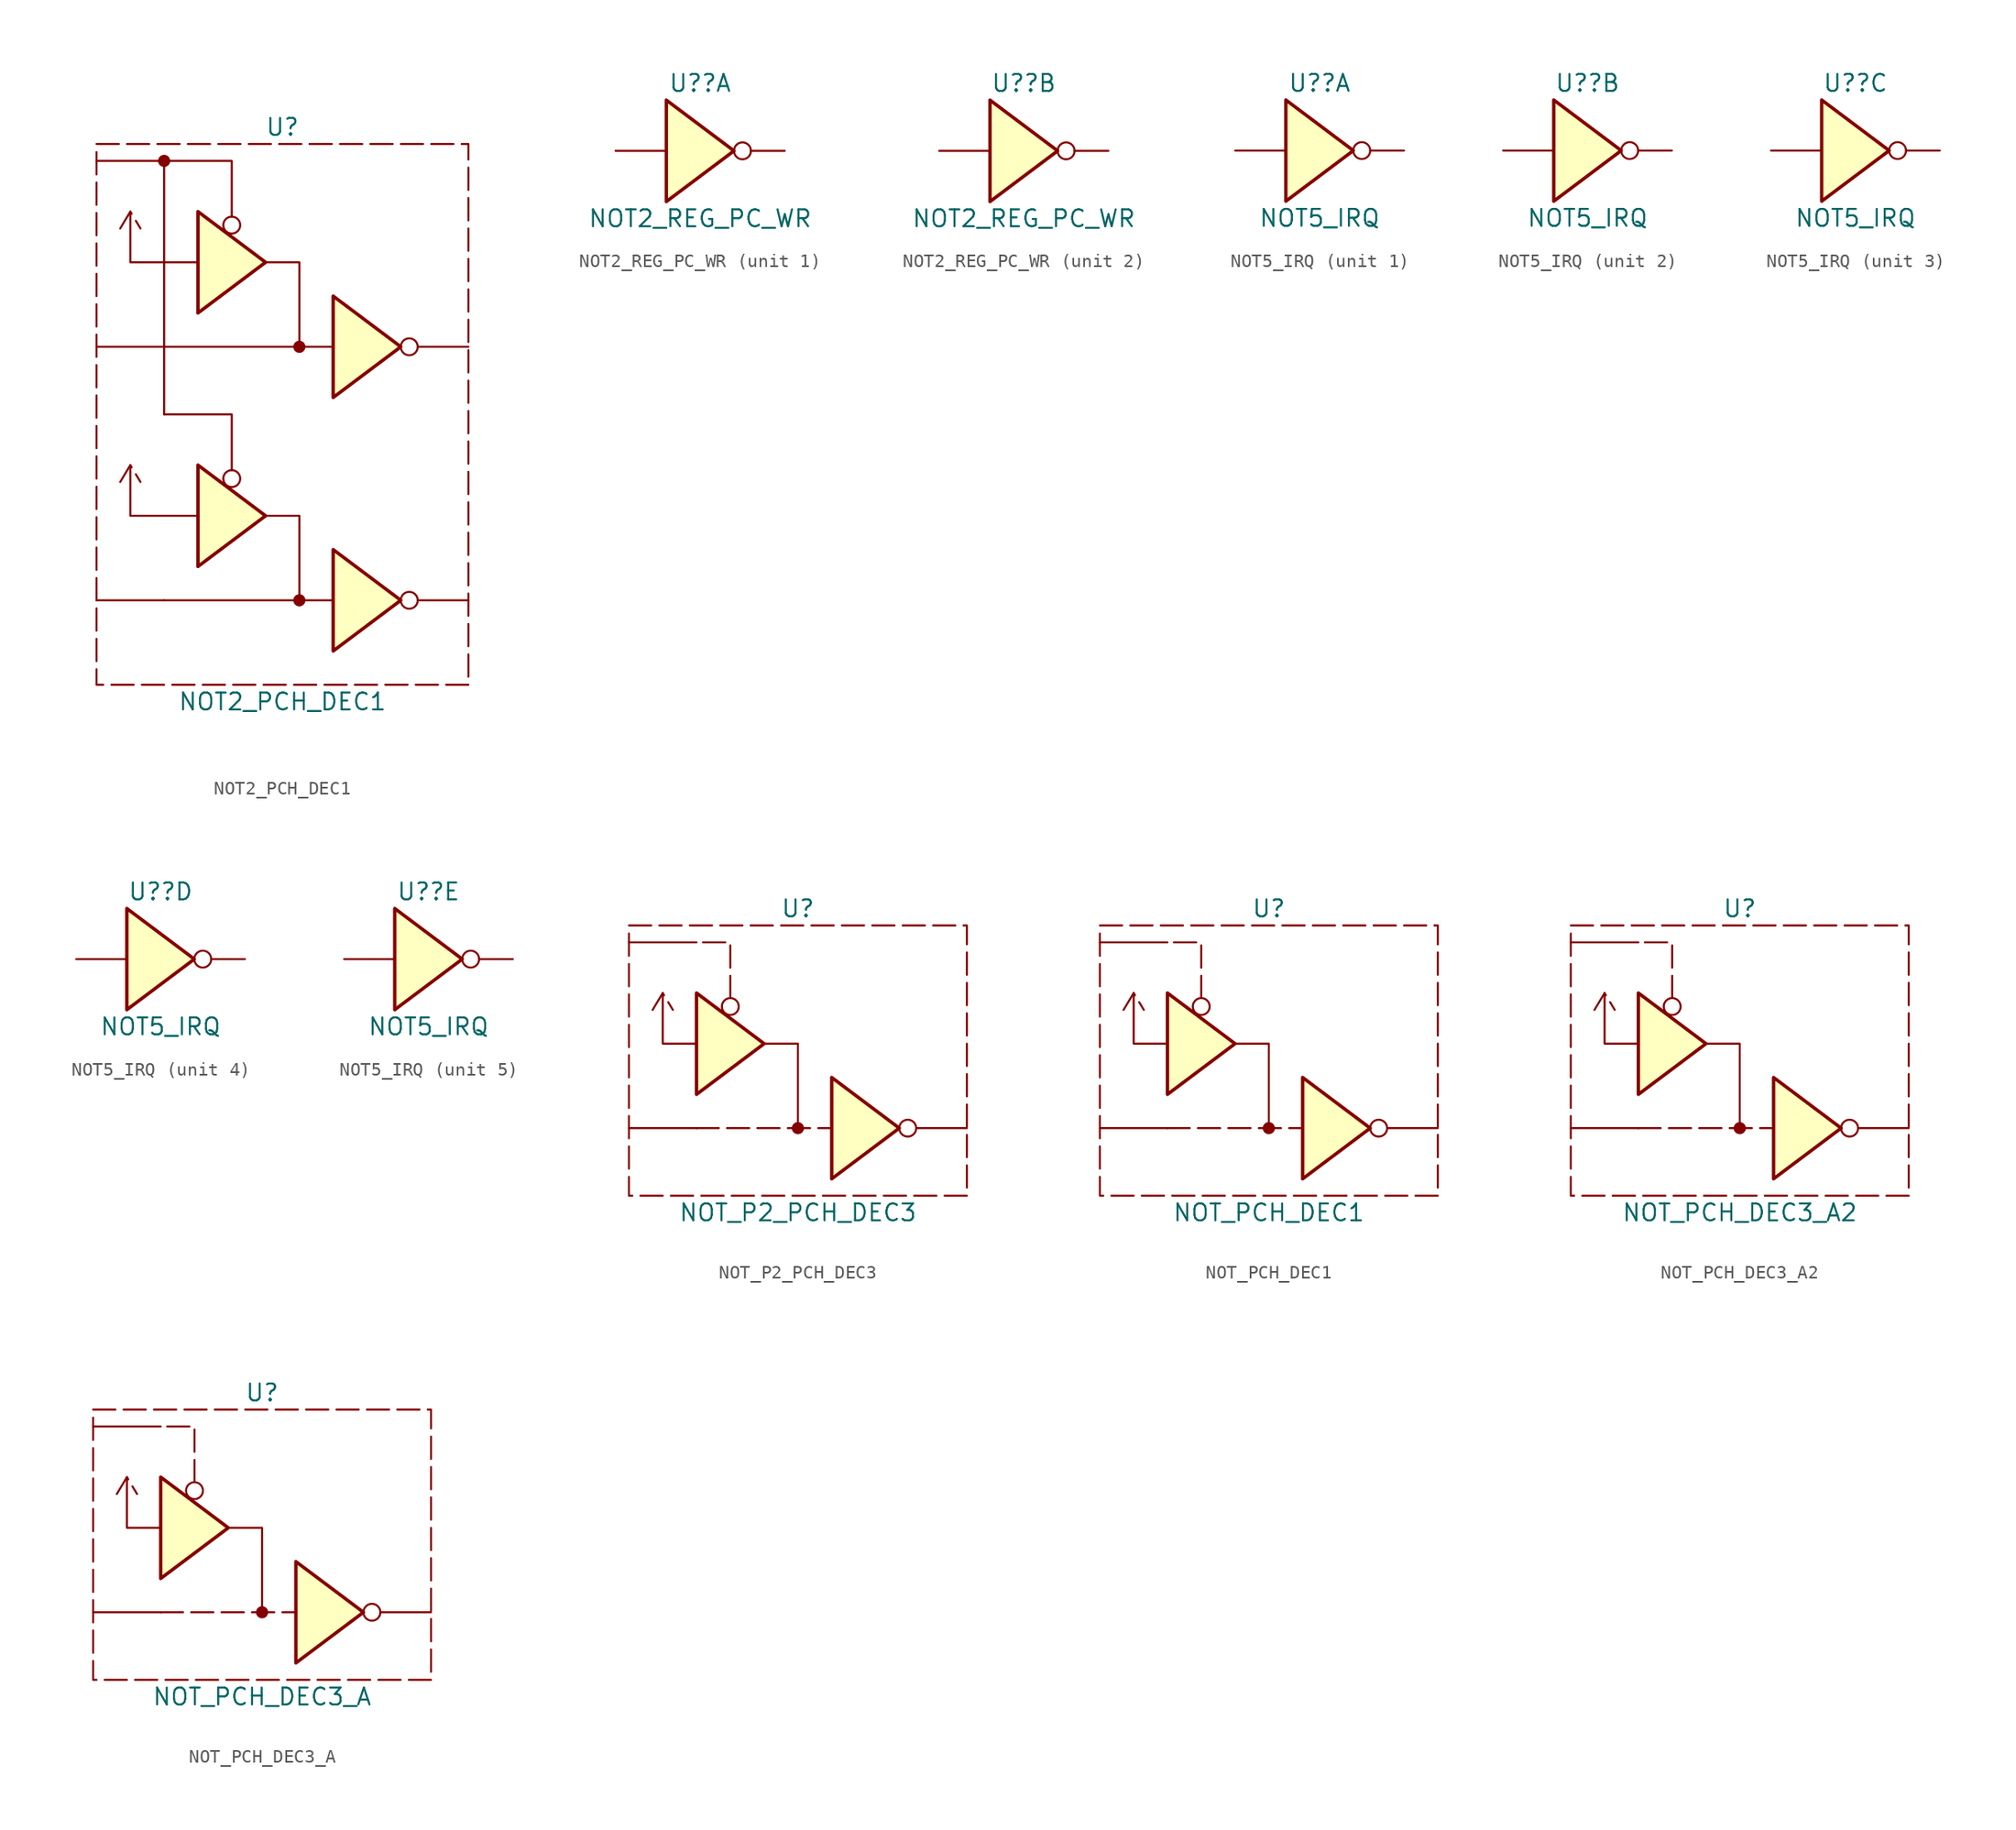
<source format=kicad_sym>
(kicad_symbol_lib
  (version 20231120)
  (generator "kicad_symbol_editor")
  (generator_version "8.0")
  (symbol "NOT2_PCH_DEC1"
    (pin_numbers hide)
    (pin_names hide)
    (property "Reference" "U"
      (at 0 21.59 0)
      (effects (font (size 1.27 1.27))))
    (property "Value" "NOT2_PCH_DEC1"
      (at 0 -21.59 0)
      (effects (font (size 1.27 1.27))))
    (symbol "NOT2_PCH_DEC1_0_1"
      (polyline (pts (xy -8.89 0) (xy -8.89 19.05)) (stroke (width 0) (type default)) (fill (type none)))
      (polyline (pts (xy -6.35 -7.62) (xy -11.43 -7.62) (xy -11.43 -3.81)) (stroke (width 0) (type default)) (fill (type none)))
      (polyline (pts (xy -6.35 11.43) (xy -11.43 11.43) (xy -11.43 15.24)) (stroke (width 0) (type default)) (fill (type none))))
    (symbol "NOT2_PCH_DEC1_1_0"
      (polyline (pts (xy -6.35 -3.81) (xy -6.35 -11.43) (xy -1.27 -7.62) (xy -6.35 -3.81)) (stroke (width 0.254) (type default)) (fill (type background)))
      (polyline (pts (xy -6.35 15.24) (xy -6.35 7.62) (xy -1.27 11.43) (xy -6.35 15.24)) (stroke (width 0.254) (type default)) (fill (type background)))
      (polyline (pts (xy 3.81 -10.16) (xy 3.81 -17.78) (xy 8.89 -13.97) (xy 3.81 -10.16)) (stroke (width 0.254) (type default)) (fill (type background)))
      (polyline (pts (xy 3.81 8.89) (xy 3.81 1.27) (xy 8.89 5.08) (xy 3.81 8.89)) (stroke (width 0.254) (type default)) (fill (type background))))
    (symbol "NOT2_PCH_DEC1_1_1"
      (rectangle (start -13.97 20.32) (end 13.97 -20.32) (stroke (width 0) (type dash)) (fill (type none)))
      (circle (center -8.89 19.05) (radius 0.381) (stroke (width 0) (type default)) (fill (type outline)))
      (circle (center -3.81 -4.826) (radius 0.635) (stroke (width 0) (type default)) (fill (type none)))
      (circle (center -3.81 14.224) (radius 0.635) (stroke (width 0) (type default)) (fill (type none)))
      (polyline (pts (xy -8.89 -13.97) (xy 3.81 -13.97)) (stroke (width 0) (type default)) (fill (type none)))
      (polyline (pts (xy -8.89 5.08) (xy 3.81 5.08)) (stroke (width 0) (type default)) (fill (type none)))
      (polyline (pts (xy -12.192 -5.08) (xy -11.43 -3.81) (xy -10.668 -5.08)) (stroke (width 0) (type default)) (fill (type none)))
      (polyline (pts (xy -12.192 13.97) (xy -11.43 15.24) (xy -10.668 13.97)) (stroke (width 0) (type default)) (fill (type none)))
      (polyline (pts (xy -3.81 -4.191) (xy -3.81 0) (xy -8.89 0)) (stroke (width 0) (type default)) (fill (type none)))
      (polyline (pts (xy -3.81 14.859) (xy -3.81 19.05) (xy -8.89 19.05)) (stroke (width 0) (type default)) (fill (type none)))
      (polyline (pts (xy 1.27 -13.97) (xy 1.27 -7.62) (xy -1.27 -7.62)) (stroke (width 0) (type default)) (fill (type none)))
      (polyline (pts (xy 1.27 5.08) (xy 1.27 11.43) (xy -1.27 11.43)) (stroke (width 0) (type default)) (fill (type none)))
      (circle (center 1.27 -13.97) (radius 0.381) (stroke (width 0) (type default)) (fill (type outline)))
      (circle (center 1.27 5.08) (radius 0.381) (stroke (width 0) (type default)) (fill (type outline)))
      (pin bidirectional line (at -13.97 5.08 0) (length 5.08) (name "A_IN" (effects (font (size 1.27 1.27)))) (number "" (effects (font (size 1.27 1.27)))))
      (pin output inverted (at 13.97 5.08 180) (length 5.08) (name "A_Y" (effects (font (size 1.27 1.27)))) (number "" (effects (font (size 1.27 1.27)))))
      (pin bidirectional line (at -13.97 -13.97 0) (length 5.08) (name "B_IN" (effects (font (size 1.27 1.27)))) (number "" (effects (font (size 1.27 1.27)))))
      (pin output inverted (at 13.97 -13.97 180) (length 5.08) (name "B_Y" (effects (font (size 1.27 1.27)))) (number "" (effects (font (size 1.27 1.27)))))
      (pin input line (at -13.97 19.05 0) (length 5.08) (name "~{PCH}" (effects (font (size 1.27 1.27)))) (number "" (effects (font (size 1.27 1.27)))))))
  (symbol "NOT2_REG_PC_WR"
    (pin_numbers hide)
    (pin_names hide)
    (property "Reference" "U?"
      (at 0 5.08 0)
      (effects (font (size 1.27 1.27))))
    (property "Value" "NOT2_REG_PC_WR"
      (at 0 -5.08 0)
      (effects (font (size 1.27 1.27))))
    (symbol "NOT2_REG_PC_WR_1_0"
      (polyline (pts (xy -2.54 3.81) (xy -2.54 -3.81) (xy 2.54 0) (xy -2.54 3.81)) (stroke (width 0.254) (type default)) (fill (type background)))
      (pin input line (at -6.35 0 0) (length 3.81) (name "~" (effects (font (size 1.27 1.27)))) (number "1" (effects (font (size 1.27 1.27)))))
      (pin output inverted (at 6.35 0 180) (length 3.81) (name "~" (effects (font (size 1.27 1.27)))) (number "2" (effects (font (size 1.27 1.27))))))
    (symbol "NOT2_REG_PC_WR_2_0"
      (polyline (pts (xy -2.54 3.81) (xy -2.54 -3.81) (xy 2.54 0) (xy -2.54 3.81)) (stroke (width 0.254) (type default)) (fill (type background)))
      (pin input line (at -6.35 0 0) (length 3.81) (name "~" (effects (font (size 1.27 1.27)))) (number "3" (effects (font (size 1.27 1.27)))))
      (pin output inverted (at 6.35 0 180) (length 3.81) (name "~" (effects (font (size 1.27 1.27)))) (number "4" (effects (font (size 1.27 1.27)))))))
  (symbol "NOT5_IRQ"
    (pin_numbers hide)
    (pin_names hide)
    (property "Reference" "U?"
      (at 0 5.08 0)
      (effects (font (size 1.27 1.27))))
    (property "Value" "NOT5_IRQ"
      (at 0 -5.08 0)
      (effects (font (size 1.27 1.27))))
    (symbol "NOT5_IRQ_1_0"
      (polyline (pts (xy -2.54 3.81) (xy -2.54 -3.81) (xy 2.54 0) (xy -2.54 3.81)) (stroke (width 0.254) (type default)) (fill (type background)))
      (pin input line (at -6.35 0 0) (length 3.81) (name "~" (effects (font (size 1.27 1.27)))) (number "1" (effects (font (size 1.27 1.27)))))
      (pin output inverted (at 6.35 0 180) (length 3.81) (name "~" (effects (font (size 1.27 1.27)))) (number "2" (effects (font (size 1.27 1.27))))))
    (symbol "NOT5_IRQ_2_0"
      (polyline (pts (xy -2.54 3.81) (xy -2.54 -3.81) (xy 2.54 0) (xy -2.54 3.81)) (stroke (width 0.254) (type default)) (fill (type background)))
      (pin input line (at -6.35 0 0) (length 3.81) (name "~" (effects (font (size 1.27 1.27)))) (number "1" (effects (font (size 1.27 1.27)))))
      (pin output inverted (at 6.35 0 180) (length 3.81) (name "~" (effects (font (size 1.27 1.27)))) (number "2" (effects (font (size 1.27 1.27))))))
    (symbol "NOT5_IRQ_3_0"
      (polyline (pts (xy -2.54 3.81) (xy -2.54 -3.81) (xy 2.54 0) (xy -2.54 3.81)) (stroke (width 0.254) (type default)) (fill (type background)))
      (pin input line (at -6.35 0 0) (length 3.81) (name "~" (effects (font (size 1.27 1.27)))) (number "1" (effects (font (size 1.27 1.27)))))
      (pin output inverted (at 6.35 0 180) (length 3.81) (name "~" (effects (font (size 1.27 1.27)))) (number "2" (effects (font (size 1.27 1.27))))))
    (symbol "NOT5_IRQ_4_0"
      (polyline (pts (xy -2.54 3.81) (xy -2.54 -3.81) (xy 2.54 0) (xy -2.54 3.81)) (stroke (width 0.254) (type default)) (fill (type background)))
      (pin input line (at -6.35 0 0) (length 3.81) (name "~" (effects (font (size 1.27 1.27)))) (number "1" (effects (font (size 1.27 1.27)))))
      (pin output inverted (at 6.35 0 180) (length 3.81) (name "~" (effects (font (size 1.27 1.27)))) (number "2" (effects (font (size 1.27 1.27))))))
    (symbol "NOT5_IRQ_5_0"
      (polyline (pts (xy -2.54 3.81) (xy -2.54 -3.81) (xy 2.54 0) (xy -2.54 3.81)) (stroke (width 0.254) (type default)) (fill (type background)))
      (pin input line (at -6.35 0 0) (length 3.81) (name "~" (effects (font (size 1.27 1.27)))) (number "1" (effects (font (size 1.27 1.27)))))
      (pin output inverted (at 6.35 0 180) (length 3.81) (name "~" (effects (font (size 1.27 1.27)))) (number "2" (effects (font (size 1.27 1.27)))))))
  (symbol "NOT_P2_PCH_DEC3"
    (pin_numbers hide)
    (pin_names hide)
    (property "Reference" "U"
      (at 0 11.43 0)
      (effects (font (size 1.27 1.27))))
    (property "Value" "NOT_P2_PCH_DEC3"
      (at 0 -11.43 0)
      (effects (font (size 1.27 1.27))))
    (symbol "NOT_P2_PCH_DEC3_0_1"
      (polyline (pts (xy -7.62 1.27) (xy -10.16 1.27) (xy -10.16 5.08)) (stroke (width 0) (type default)) (fill (type none))))
    (symbol "NOT_P2_PCH_DEC3_1_0"
      (polyline (pts (xy -7.62 5.08) (xy -7.62 -2.54) (xy -2.54 1.27) (xy -7.62 5.08)) (stroke (width 0.254) (type default)) (fill (type background)))
      (polyline (pts (xy 2.54 -1.27) (xy 2.54 -8.89) (xy 7.62 -5.08) (xy 2.54 -1.27)) (stroke (width 0.254) (type default)) (fill (type background))))
    (symbol "NOT_P2_PCH_DEC3_1_1"
      (rectangle (start -12.7 10.16) (end 12.7 -10.16) (stroke (width 0) (type dash)) (fill (type none)))
      (circle (center -5.08 4.064) (radius 0.635) (stroke (width 0) (type default)) (fill (type none)))
      (circle (center 0 -5.08) (radius 0.381) (stroke (width 0) (type default)) (fill (type outline)))
      (polyline (pts (xy -7.62 -5.08) (xy 2.54 -5.08)) (stroke (width 0) (type default)) (fill (type none)))
      (polyline (pts (xy -10.922 3.81) (xy -10.16 5.08) (xy -9.398 3.81)) (stroke (width 0) (type default)) (fill (type none)))
      (polyline (pts (xy -5.08 4.699) (xy -5.08 8.89) (xy -7.62 8.89)) (stroke (width 0) (type default)) (fill (type none)))
      (polyline (pts (xy 0 -5.08) (xy 0 1.27) (xy -2.54 1.27)) (stroke (width 0) (type default)) (fill (type none)))
      (pin bidirectional line (at -12.7 -5.08 0) (length 5.08) (name "IN" (effects (font (size 1.27 1.27)))) (number "" (effects (font (size 1.27 1.27)))))
      (pin output inverted (at 12.7 -5.08 180) (length 5.08) (name "Y" (effects (font (size 1.27 1.27)))) (number "" (effects (font (size 1.27 1.27)))))
      (pin input line (at -12.7 8.89 0) (length 5.08) (name "~{PCH}" (effects (font (size 1.27 1.27)))) (number "" (effects (font (size 1.27 1.27)))))))
  (symbol "NOT_PCH_DEC1"
    (pin_numbers hide)
    (pin_names hide)
    (property "Reference" "U"
      (at 0 11.43 0)
      (effects (font (size 1.27 1.27))))
    (property "Value" "NOT_PCH_DEC1"
      (at 0 -11.43 0)
      (effects (font (size 1.27 1.27))))
    (symbol "NOT_PCH_DEC1_0_1"
      (polyline (pts (xy -7.62 1.27) (xy -10.16 1.27) (xy -10.16 5.08)) (stroke (width 0) (type default)) (fill (type none))))
    (symbol "NOT_PCH_DEC1_1_0"
      (polyline (pts (xy -7.62 5.08) (xy -7.62 -2.54) (xy -2.54 1.27) (xy -7.62 5.08)) (stroke (width 0.254) (type default)) (fill (type background)))
      (polyline (pts (xy 2.54 -1.27) (xy 2.54 -8.89) (xy 7.62 -5.08) (xy 2.54 -1.27)) (stroke (width 0.254) (type default)) (fill (type background))))
    (symbol "NOT_PCH_DEC1_1_1"
      (rectangle (start -12.7 10.16) (end 12.7 -10.16) (stroke (width 0) (type dash)) (fill (type none)))
      (circle (center -5.08 4.064) (radius 0.635) (stroke (width 0) (type default)) (fill (type none)))
      (circle (center 0 -5.08) (radius 0.381) (stroke (width 0) (type default)) (fill (type outline)))
      (polyline (pts (xy -7.62 -5.08) (xy 2.54 -5.08)) (stroke (width 0) (type default)) (fill (type none)))
      (polyline (pts (xy -10.922 3.81) (xy -10.16 5.08) (xy -9.398 3.81)) (stroke (width 0) (type default)) (fill (type none)))
      (polyline (pts (xy -5.08 4.699) (xy -5.08 8.89) (xy -7.62 8.89)) (stroke (width 0) (type default)) (fill (type none)))
      (polyline (pts (xy 0 -5.08) (xy 0 1.27) (xy -2.54 1.27)) (stroke (width 0) (type default)) (fill (type none)))
      (pin bidirectional line (at -12.7 -5.08 0) (length 5.08) (name "IN" (effects (font (size 1.27 1.27)))) (number "" (effects (font (size 1.27 1.27)))))
      (pin output inverted (at 12.7 -5.08 180) (length 5.08) (name "Y" (effects (font (size 1.27 1.27)))) (number "" (effects (font (size 1.27 1.27)))))
      (pin input line (at -12.7 8.89 0) (length 5.08) (name "~{PCH}" (effects (font (size 1.27 1.27)))) (number "" (effects (font (size 1.27 1.27)))))))
  (symbol "NOT_PCH_DEC3_A2"
    (pin_numbers hide)
    (pin_names hide)
    (property "Reference" "U"
      (at 0 11.43 0)
      (effects (font (size 1.27 1.27))))
    (property "Value" "NOT_PCH_DEC3_A2"
      (at 0 -11.43 0)
      (effects (font (size 1.27 1.27))))
    (symbol "NOT_PCH_DEC3_A2_0_1"
      (polyline (pts (xy -7.62 1.27) (xy -10.16 1.27) (xy -10.16 5.08)) (stroke (width 0) (type default)) (fill (type none))))
    (symbol "NOT_PCH_DEC3_A2_1_0"
      (polyline (pts (xy -7.62 5.08) (xy -7.62 -2.54) (xy -2.54 1.27) (xy -7.62 5.08)) (stroke (width 0.254) (type default)) (fill (type background)))
      (polyline (pts (xy 2.54 -1.27) (xy 2.54 -8.89) (xy 7.62 -5.08) (xy 2.54 -1.27)) (stroke (width 0.254) (type default)) (fill (type background))))
    (symbol "NOT_PCH_DEC3_A2_1_1"
      (rectangle (start -12.7 10.16) (end 12.7 -10.16) (stroke (width 0) (type dash)) (fill (type none)))
      (circle (center -5.08 4.064) (radius 0.635) (stroke (width 0) (type default)) (fill (type none)))
      (circle (center 0 -5.08) (radius 0.381) (stroke (width 0) (type default)) (fill (type outline)))
      (polyline (pts (xy -7.62 -5.08) (xy 2.54 -5.08)) (stroke (width 0) (type default)) (fill (type none)))
      (polyline (pts (xy -10.922 3.81) (xy -10.16 5.08) (xy -9.398 3.81)) (stroke (width 0) (type default)) (fill (type none)))
      (polyline (pts (xy -5.08 4.699) (xy -5.08 8.89) (xy -7.62 8.89)) (stroke (width 0) (type default)) (fill (type none)))
      (polyline (pts (xy 0 -5.08) (xy 0 1.27) (xy -2.54 1.27)) (stroke (width 0) (type default)) (fill (type none)))
      (pin bidirectional line (at -12.7 -5.08 0) (length 5.08) (name "IN" (effects (font (size 1.27 1.27)))) (number "" (effects (font (size 1.27 1.27)))))
      (pin output inverted (at 12.7 -5.08 180) (length 5.08) (name "Y" (effects (font (size 1.27 1.27)))) (number "" (effects (font (size 1.27 1.27)))))
      (pin input line (at -12.7 8.89 0) (length 5.08) (name "~{PCH}" (effects (font (size 1.27 1.27)))) (number "" (effects (font (size 1.27 1.27)))))))
  (symbol "NOT_PCH_DEC3_A"
    (pin_numbers hide)
    (pin_names hide)
    (property "Reference" "U"
      (at 0 11.43 0)
      (effects (font (size 1.27 1.27))))
    (property "Value" "NOT_PCH_DEC3_A"
      (at 0 -11.43 0)
      (effects (font (size 1.27 1.27))))
    (symbol "NOT_PCH_DEC3_A_0_1"
      (polyline (pts (xy -7.62 1.27) (xy -10.16 1.27) (xy -10.16 5.08)) (stroke (width 0) (type default)) (fill (type none))))
    (symbol "NOT_PCH_DEC3_A_1_0"
      (polyline (pts (xy -7.62 5.08) (xy -7.62 -2.54) (xy -2.54 1.27) (xy -7.62 5.08)) (stroke (width 0.254) (type default)) (fill (type background)))
      (polyline (pts (xy 2.54 -1.27) (xy 2.54 -8.89) (xy 7.62 -5.08) (xy 2.54 -1.27)) (stroke (width 0.254) (type default)) (fill (type background))))
    (symbol "NOT_PCH_DEC3_A_1_1"
      (rectangle (start -12.7 10.16) (end 12.7 -10.16) (stroke (width 0) (type dash)) (fill (type none)))
      (circle (center -5.08 4.064) (radius 0.635) (stroke (width 0) (type default)) (fill (type none)))
      (circle (center 0 -5.08) (radius 0.381) (stroke (width 0) (type default)) (fill (type outline)))
      (polyline (pts (xy -7.62 -5.08) (xy 2.54 -5.08)) (stroke (width 0) (type default)) (fill (type none)))
      (polyline (pts (xy -10.922 3.81) (xy -10.16 5.08) (xy -9.398 3.81)) (stroke (width 0) (type default)) (fill (type none)))
      (polyline (pts (xy -5.08 4.699) (xy -5.08 8.89) (xy -7.62 8.89)) (stroke (width 0) (type default)) (fill (type none)))
      (polyline (pts (xy 0 -5.08) (xy 0 1.27) (xy -2.54 1.27)) (stroke (width 0) (type default)) (fill (type none)))
      (pin bidirectional line (at -12.7 -5.08 0) (length 5.08) (name "IN" (effects (font (size 1.27 1.27)))) (number "" (effects (font (size 1.27 1.27)))))
      (pin output inverted (at 12.7 -5.08 180) (length 5.08) (name "Y" (effects (font (size 1.27 1.27)))) (number "" (effects (font (size 1.27 1.27)))))
      (pin input line (at -12.7 8.89 0) (length 5.08) (name "~{PCH}" (effects (font (size 1.27 1.27)))) (number "" (effects (font (size 1.27 1.27))))))))
</source>
